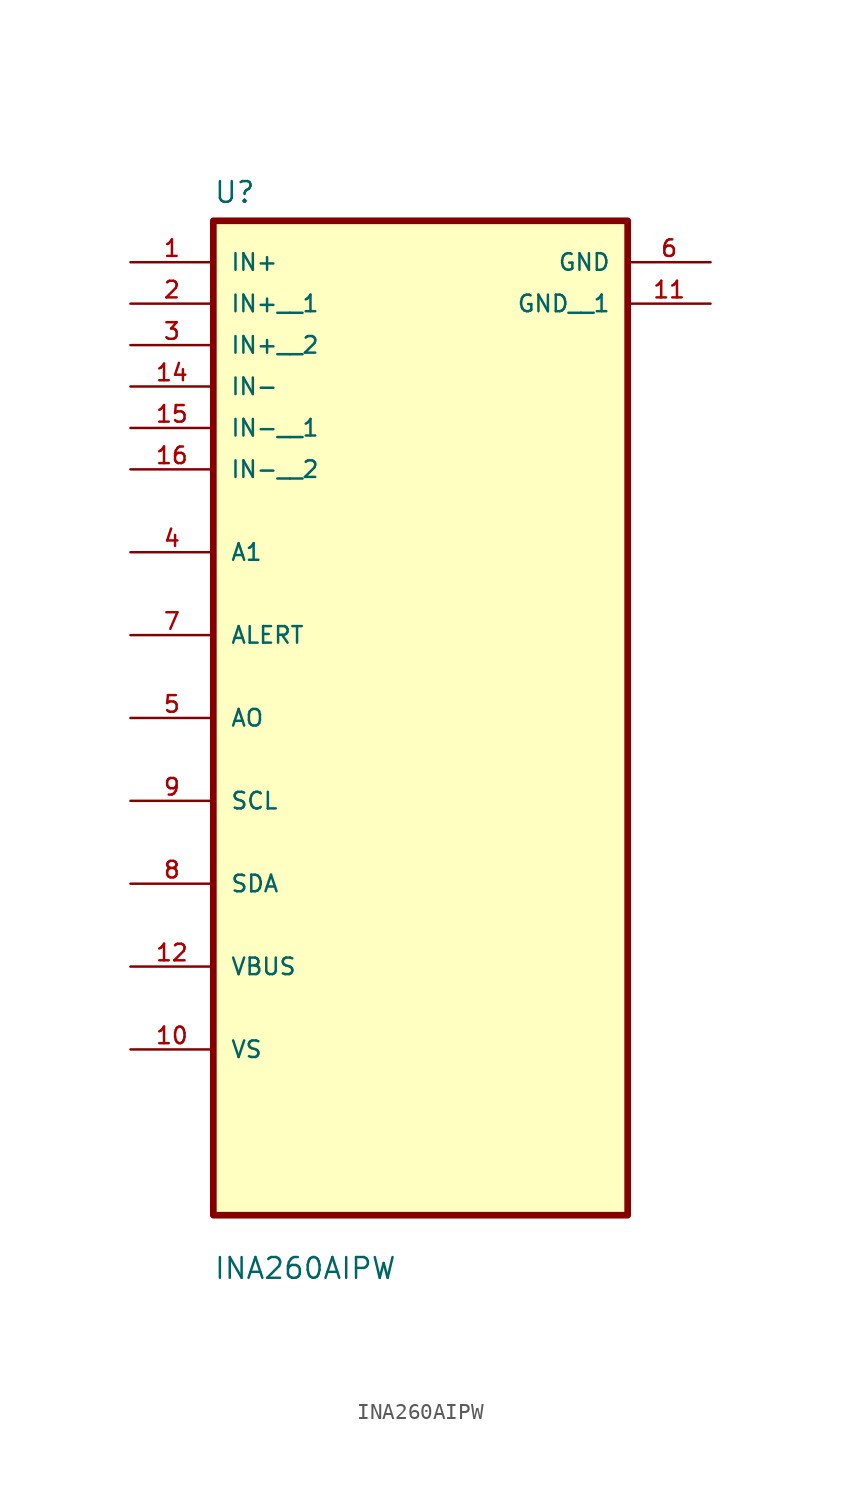
<source format=kicad_sym>
(kicad_symbol_lib
  (version 20211014)
  (generator kicad_symbol_editor)
  (symbol "INA260AIPW"
    (pin_names
      (offset 1.016))
    (property "Reference" "U"
      (at -12.7 26.4 0.0)
      (effects (font (size 1.27 1.27)) (justify bottom left)))
    (property "Value" "INA260AIPW"
      (at -12.7 -39.56 0.0)
      (effects (font (size 1.27 1.27)) (justify bottom left)))
    (symbol "INA260AIPW_0_0"
      (rectangle (start -12.7 -35.56) (end 12.7 25.4) (stroke (width 0.41)) (fill (type background)))
      (pin input line (at -17.78 22.86 0) (length 5.08) (name "IN+" (effects (font (size 1.016 1.016)))) (number "1" (effects (font (size 1.016 1.016)))))
      (pin input line (at -17.78 15.24 0) (length 5.08) (name "IN-" (effects (font (size 1.016 1.016)))) (number "14" (effects (font (size 1.016 1.016)))))
      (pin bidirectional line (at -17.78 5.08 0) (length 5.08) (name "A1" (effects (font (size 1.016 1.016)))) (number "4" (effects (font (size 1.016 1.016)))))
      (pin bidirectional line (at -17.78 0.0 0) (length 5.08) (name "ALERT" (effects (font (size 1.016 1.016)))) (number "7" (effects (font (size 1.016 1.016)))))
      (pin bidirectional line (at -17.78 -5.08 0) (length 5.08) (name "AO" (effects (font (size 1.016 1.016)))) (number "5" (effects (font (size 1.016 1.016)))))
      (pin bidirectional line (at -17.78 -10.16 0) (length 5.08) (name "SCL" (effects (font (size 1.016 1.016)))) (number "9" (effects (font (size 1.016 1.016)))))
      (pin bidirectional line (at -17.78 -15.24 0) (length 5.08) (name "SDA" (effects (font (size 1.016 1.016)))) (number "8" (effects (font (size 1.016 1.016)))))
      (pin bidirectional line (at -17.78 -20.32 0) (length 5.08) (name "VBUS" (effects (font (size 1.016 1.016)))) (number "12" (effects (font (size 1.016 1.016)))))
      (pin bidirectional line (at -17.78 -25.4 0) (length 5.08) (name "VS" (effects (font (size 1.016 1.016)))) (number "10" (effects (font (size 1.016 1.016)))))
      (pin power_in line (at 17.78 22.86 180.0) (length 5.08) (name "GND" (effects (font (size 1.016 1.016)))) (number "6" (effects (font (size 1.016 1.016)))))
      (pin input line (at -17.78 20.32 0) (length 5.08) (name "IN+__1" (effects (font (size 1.016 1.016)))) (number "2" (effects (font (size 1.016 1.016)))))
      (pin input line (at -17.78 17.78 0) (length 5.08) (name "IN+__2" (effects (font (size 1.016 1.016)))) (number "3" (effects (font (size 1.016 1.016)))))
      (pin input line (at -17.78 12.7 0) (length 5.08) (name "IN-__1" (effects (font (size 1.016 1.016)))) (number "15" (effects (font (size 1.016 1.016)))))
      (pin input line (at -17.78 10.16 0) (length 5.08) (name "IN-__2" (effects (font (size 1.016 1.016)))) (number "16" (effects (font (size 1.016 1.016)))))
      (pin power_in line (at 17.78 20.32 180.0) (length 5.08) (name "GND__1" (effects (font (size 1.016 1.016)))) (number "11" (effects (font (size 1.016 1.016))))))))
</source>
